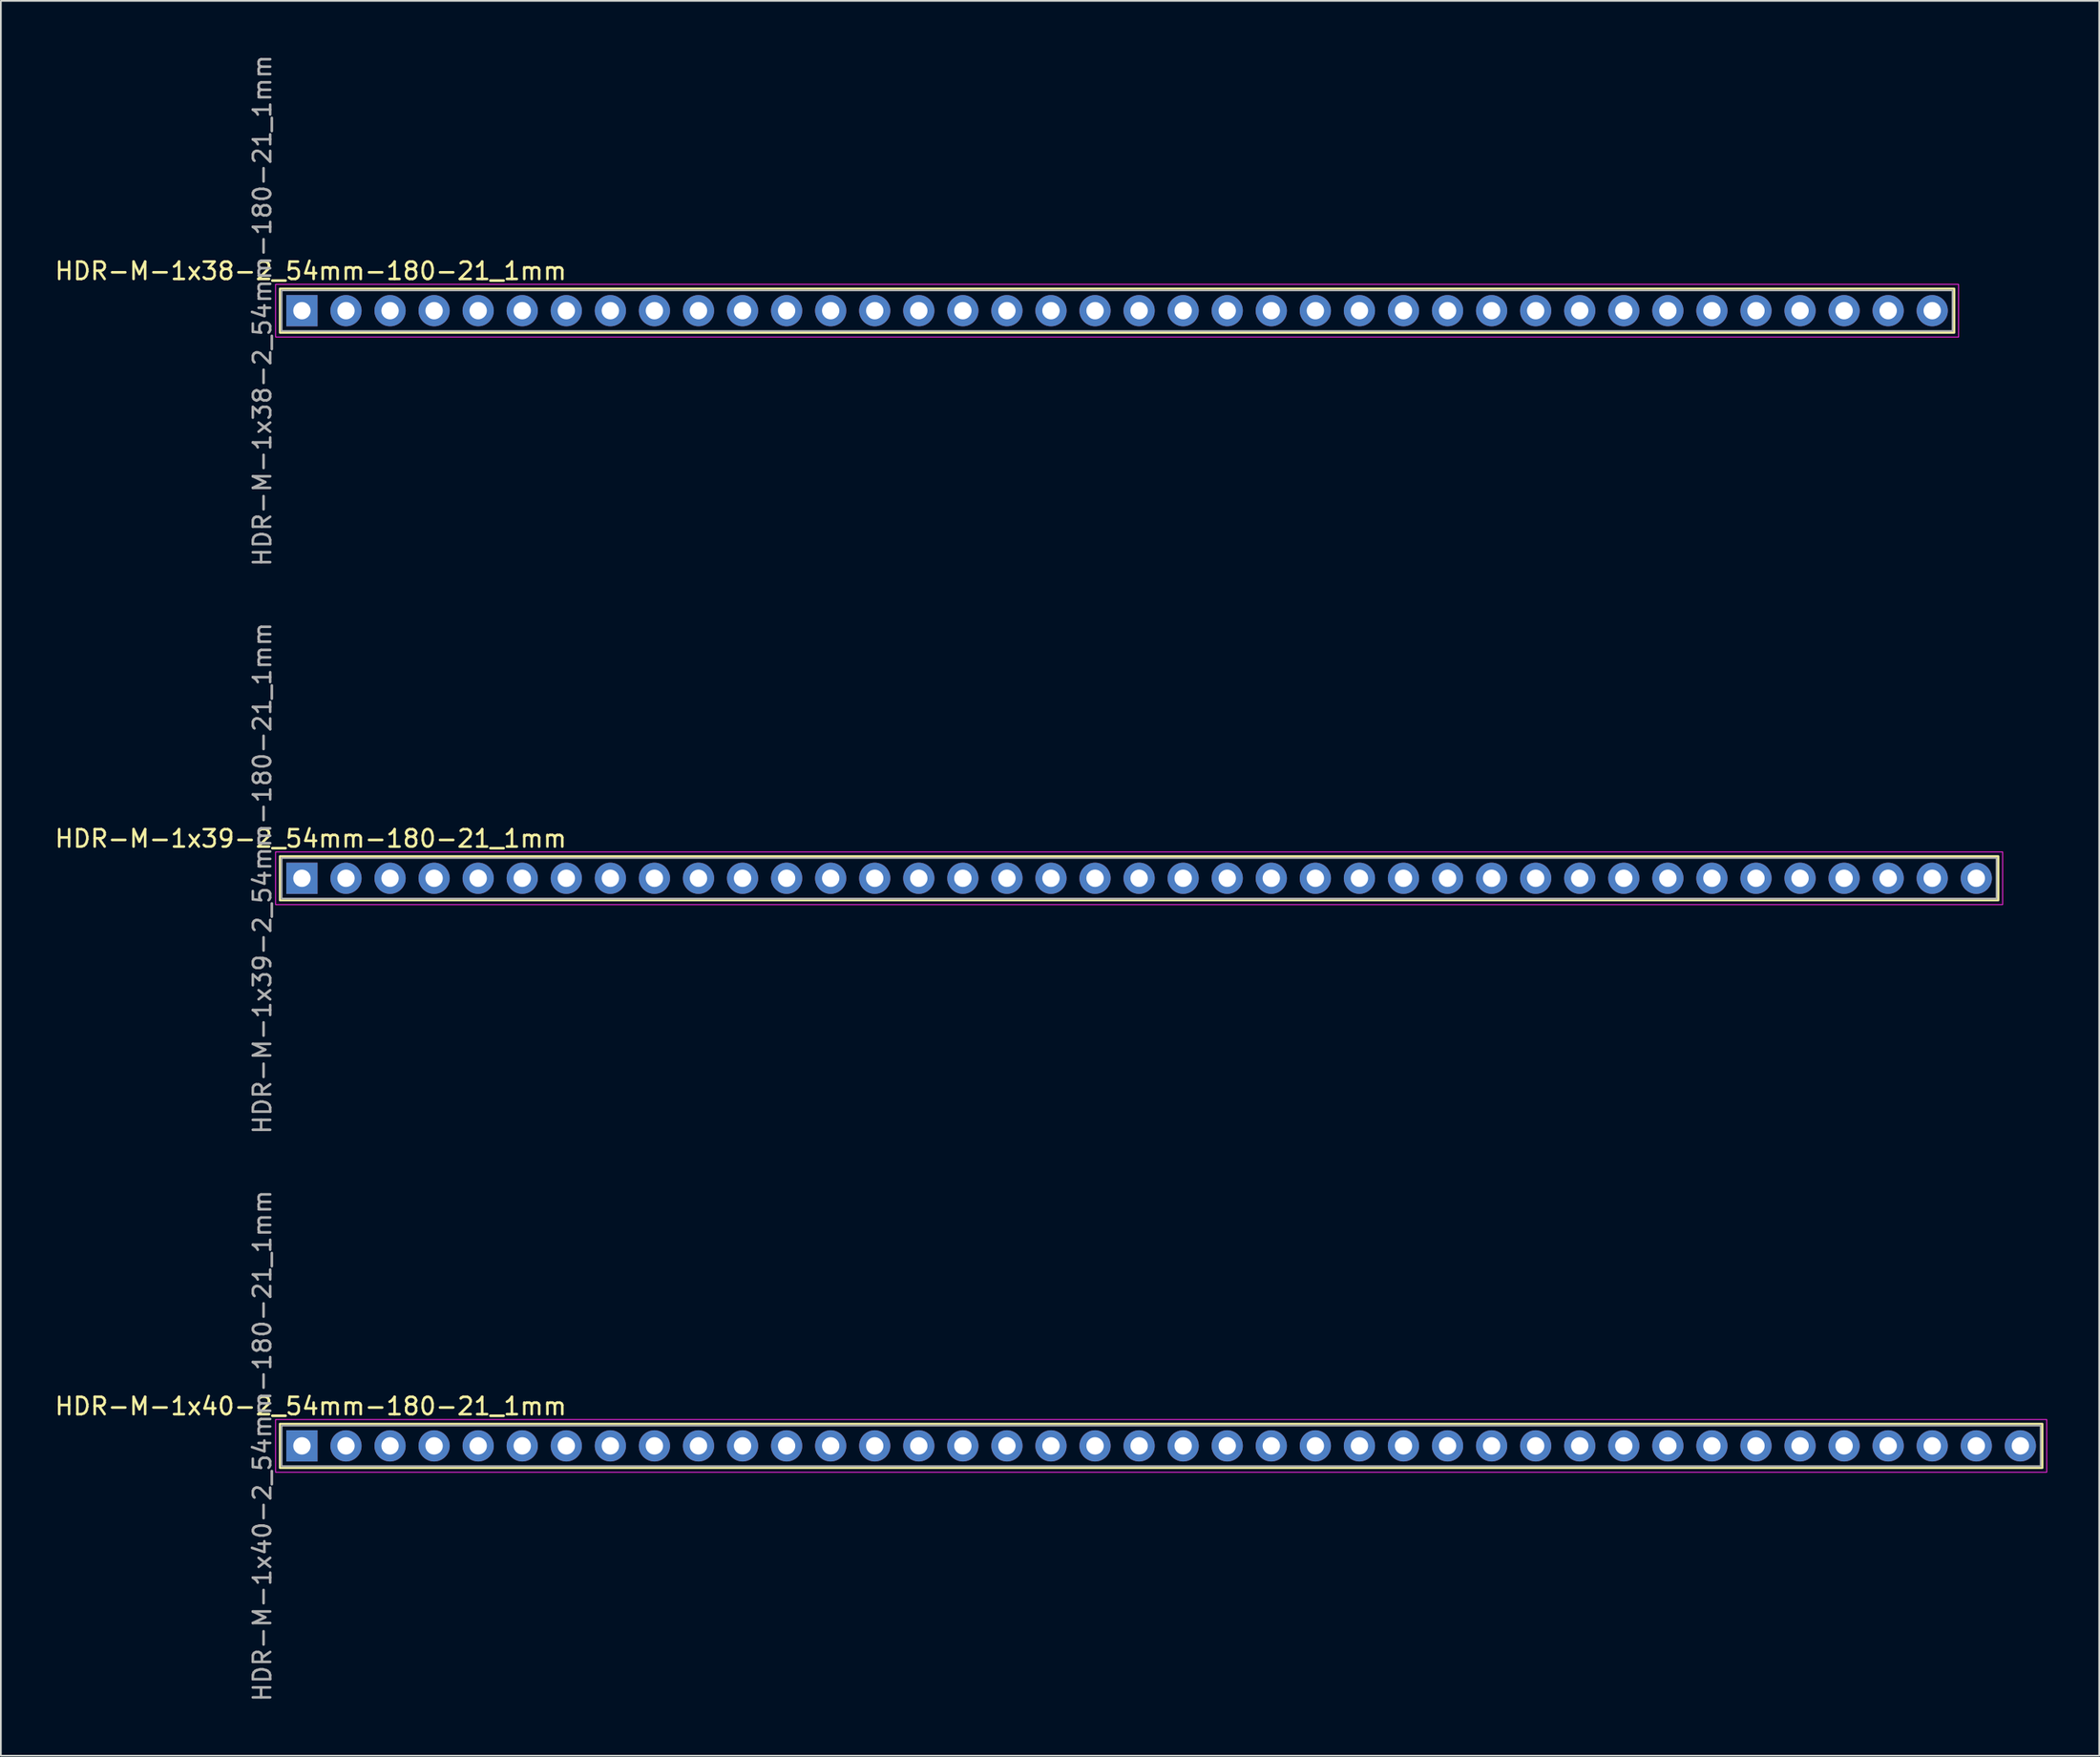
<source format=kicad_pcb>
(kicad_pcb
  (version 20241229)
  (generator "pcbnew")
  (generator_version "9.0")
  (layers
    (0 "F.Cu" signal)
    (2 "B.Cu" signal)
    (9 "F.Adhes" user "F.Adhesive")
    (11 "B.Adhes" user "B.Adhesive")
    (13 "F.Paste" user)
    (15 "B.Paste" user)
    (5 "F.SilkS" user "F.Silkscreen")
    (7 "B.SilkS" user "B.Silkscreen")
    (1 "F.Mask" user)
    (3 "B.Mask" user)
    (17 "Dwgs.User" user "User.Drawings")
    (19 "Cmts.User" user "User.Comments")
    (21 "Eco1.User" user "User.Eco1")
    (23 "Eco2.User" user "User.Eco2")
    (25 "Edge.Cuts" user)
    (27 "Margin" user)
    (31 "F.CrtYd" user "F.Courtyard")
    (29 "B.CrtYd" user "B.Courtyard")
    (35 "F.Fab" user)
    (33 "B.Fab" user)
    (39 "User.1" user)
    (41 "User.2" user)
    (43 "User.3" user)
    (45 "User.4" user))
  (footprint "HDR-M-1x38-2_54mm-180-21_1mm"
    (layer "F.Cu")
    (at 14.355 14.863)
    (property "Reference" "HDR-M-1x38-2_54mm-180-21_1mm" (at 0.508 -2.286 0) (unlocked yes) (layer "F.SilkS") (effects (font (size 1 1) (thickness 0.15))))
    (attr through_hole)
    (fp_rect (start -1.27 -1.27) (end 95.25 1.27) (stroke (width 0.12) (type solid)) (fill no) (layer "F.SilkS"))
    (fp_rect (start -1.52 -1.52) (end 95.5 1.52) (stroke (width 0.05) (type solid)) (fill no) (layer "F.CrtYd"))
    (fp_rect (start -1.17 -1.17) (end 95.15 1.17) (stroke (width 0.1) (type solid)) (fill no) (layer "F.Fab"))
    (fp_text user "${REFERENCE}" (at -2.286 0 90) (unlocked yes) (layer "F.Fab") (effects (font (size 1 1) (thickness 0.15))))
    (pad "1" thru_hole rect (at 0 0) (size 1.8 1.8) (drill 1) (layers "*.Cu" "*.Mask"))
    (pad "2" thru_hole circle (at 2.54 0) (size 1.8 1.8) (drill 1) (layers "*.Cu" "*.Mask"))
    (pad "3" thru_hole circle (at 5.08 0) (size 1.8 1.8) (drill 1) (layers "*.Cu" "*.Mask"))
    (pad "4" thru_hole circle (at 7.62 0) (size 1.8 1.8) (drill 1) (layers "*.Cu" "*.Mask"))
    (pad "5" thru_hole circle (at 10.16 0) (size 1.8 1.8) (drill 1) (layers "*.Cu" "*.Mask"))
    (pad "6" thru_hole circle (at 12.7 0) (size 1.8 1.8) (drill 1) (layers "*.Cu" "*.Mask"))
    (pad "7" thru_hole circle (at 15.24 0) (size 1.8 1.8) (drill 1) (layers "*.Cu" "*.Mask"))
    (pad "8" thru_hole circle (at 17.78 0) (size 1.8 1.8) (drill 1) (layers "*.Cu" "*.Mask"))
    (pad "9" thru_hole circle (at 20.32 0) (size 1.8 1.8) (drill 1) (layers "*.Cu" "*.Mask"))
    (pad "10" thru_hole circle (at 22.86 0) (size 1.8 1.8) (drill 1) (layers "*.Cu" "*.Mask"))
    (pad "11" thru_hole circle (at 25.4 0) (size 1.8 1.8) (drill 1) (layers "*.Cu" "*.Mask"))
    (pad "12" thru_hole circle (at 27.94 0) (size 1.8 1.8) (drill 1) (layers "*.Cu" "*.Mask"))
    (pad "13" thru_hole circle (at 30.48 0) (size 1.8 1.8) (drill 1) (layers "*.Cu" "*.Mask"))
    (pad "14" thru_hole circle (at 33.02 0) (size 1.8 1.8) (drill 1) (layers "*.Cu" "*.Mask"))
    (pad "15" thru_hole circle (at 35.56 0) (size 1.8 1.8) (drill 1) (layers "*.Cu" "*.Mask"))
    (pad "16" thru_hole circle (at 38.1 0) (size 1.8 1.8) (drill 1) (layers "*.Cu" "*.Mask"))
    (pad "17" thru_hole circle (at 40.64 0) (size 1.8 1.8) (drill 1) (layers "*.Cu" "*.Mask"))
    (pad "18" thru_hole circle (at 43.18 0) (size 1.8 1.8) (drill 1) (layers "*.Cu" "*.Mask"))
    (pad "19" thru_hole circle (at 45.72 0) (size 1.8 1.8) (drill 1) (layers "*.Cu" "*.Mask"))
    (pad "20" thru_hole circle (at 48.26 0) (size 1.8 1.8) (drill 1) (layers "*.Cu" "*.Mask"))
    (pad "21" thru_hole circle (at 50.8 0) (size 1.8 1.8) (drill 1) (layers "*.Cu" "*.Mask"))
    (pad "22" thru_hole circle (at 53.34 0) (size 1.8 1.8) (drill 1) (layers "*.Cu" "*.Mask"))
    (pad "23" thru_hole circle (at 55.88 0) (size 1.8 1.8) (drill 1) (layers "*.Cu" "*.Mask"))
    (pad "24" thru_hole circle (at 58.42 0) (size 1.8 1.8) (drill 1) (layers "*.Cu" "*.Mask"))
    (pad "25" thru_hole circle (at 60.96 0) (size 1.8 1.8) (drill 1) (layers "*.Cu" "*.Mask"))
    (pad "26" thru_hole circle (at 63.5 0) (size 1.8 1.8) (drill 1) (layers "*.Cu" "*.Mask"))
    (pad "27" thru_hole circle (at 66.04 0) (size 1.8 1.8) (drill 1) (layers "*.Cu" "*.Mask"))
    (pad "28" thru_hole circle (at 68.58 0) (size 1.8 1.8) (drill 1) (layers "*.Cu" "*.Mask"))
    (pad "29" thru_hole circle (at 71.12 0) (size 1.8 1.8) (drill 1) (layers "*.Cu" "*.Mask"))
    (pad "30" thru_hole circle (at 73.66 0) (size 1.8 1.8) (drill 1) (layers "*.Cu" "*.Mask"))
    (pad "31" thru_hole circle (at 76.2 0) (size 1.8 1.8) (drill 1) (layers "*.Cu" "*.Mask"))
    (pad "32" thru_hole circle (at 78.74 0) (size 1.8 1.8) (drill 1) (layers "*.Cu" "*.Mask"))
    (pad "33" thru_hole circle (at 81.28 0) (size 1.8 1.8) (drill 1) (layers "*.Cu" "*.Mask"))
    (pad "34" thru_hole circle (at 83.82 0) (size 1.8 1.8) (drill 1) (layers "*.Cu" "*.Mask"))
    (pad "35" thru_hole circle (at 86.36 0) (size 1.8 1.8) (drill 1) (layers "*.Cu" "*.Mask"))
    (pad "36" thru_hole circle (at 88.9 0) (size 1.8 1.8) (drill 1) (layers "*.Cu" "*.Mask"))
    (pad "37" thru_hole circle (at 91.44 0) (size 1.8 1.8) (drill 1) (layers "*.Cu" "*.Mask"))
    (pad "38" thru_hole circle (at 93.98 0) (size 1.8 1.8) (drill 1) (layers "*.Cu" "*.Mask")))
  (footprint "HDR-M-1x40-2_54mm-180-21_1mm"
    (layer "F.Cu")
    (at 14.355 80.315)
    (property "Reference" "HDR-M-1x40-2_54mm-180-21_1mm" (at 0.508 -2.286 0) (unlocked yes) (layer "F.SilkS") (effects (font (size 1 1) (thickness 0.15))))
    (attr through_hole)
    (fp_rect (start -1.27 -1.27) (end 100.33 1.27) (stroke (width 0.12) (type solid)) (fill no) (layer "F.SilkS"))
    (fp_rect (start -1.52 -1.52) (end 100.58 1.52) (stroke (width 0.05) (type solid)) (fill no) (layer "F.CrtYd"))
    (fp_rect (start -1.17 -1.17) (end 100.23 1.17) (stroke (width 0.1) (type solid)) (fill no) (layer "F.Fab"))
    (fp_text user "${REFERENCE}" (at -2.286 0 90) (unlocked yes) (layer "F.Fab") (effects (font (size 1 1) (thickness 0.15))))
    (pad "1" thru_hole rect (at 0 0) (size 1.8 1.8) (drill 1) (layers "*.Cu" "*.Mask"))
    (pad "2" thru_hole circle (at 2.54 0) (size 1.8 1.8) (drill 1) (layers "*.Cu" "*.Mask"))
    (pad "3" thru_hole circle (at 5.08 0) (size 1.8 1.8) (drill 1) (layers "*.Cu" "*.Mask"))
    (pad "4" thru_hole circle (at 7.62 0) (size 1.8 1.8) (drill 1) (layers "*.Cu" "*.Mask"))
    (pad "5" thru_hole circle (at 10.16 0) (size 1.8 1.8) (drill 1) (layers "*.Cu" "*.Mask"))
    (pad "6" thru_hole circle (at 12.7 0) (size 1.8 1.8) (drill 1) (layers "*.Cu" "*.Mask"))
    (pad "7" thru_hole circle (at 15.24 0) (size 1.8 1.8) (drill 1) (layers "*.Cu" "*.Mask"))
    (pad "8" thru_hole circle (at 17.78 0) (size 1.8 1.8) (drill 1) (layers "*.Cu" "*.Mask"))
    (pad "9" thru_hole circle (at 20.32 0) (size 1.8 1.8) (drill 1) (layers "*.Cu" "*.Mask"))
    (pad "10" thru_hole circle (at 22.86 0) (size 1.8 1.8) (drill 1) (layers "*.Cu" "*.Mask"))
    (pad "11" thru_hole circle (at 25.4 0) (size 1.8 1.8) (drill 1) (layers "*.Cu" "*.Mask"))
    (pad "12" thru_hole circle (at 27.94 0) (size 1.8 1.8) (drill 1) (layers "*.Cu" "*.Mask"))
    (pad "13" thru_hole circle (at 30.48 0) (size 1.8 1.8) (drill 1) (layers "*.Cu" "*.Mask"))
    (pad "14" thru_hole circle (at 33.02 0) (size 1.8 1.8) (drill 1) (layers "*.Cu" "*.Mask"))
    (pad "15" thru_hole circle (at 35.56 0) (size 1.8 1.8) (drill 1) (layers "*.Cu" "*.Mask"))
    (pad "16" thru_hole circle (at 38.1 0) (size 1.8 1.8) (drill 1) (layers "*.Cu" "*.Mask"))
    (pad "17" thru_hole circle (at 40.64 0) (size 1.8 1.8) (drill 1) (layers "*.Cu" "*.Mask"))
    (pad "18" thru_hole circle (at 43.18 0) (size 1.8 1.8) (drill 1) (layers "*.Cu" "*.Mask"))
    (pad "19" thru_hole circle (at 45.72 0) (size 1.8 1.8) (drill 1) (layers "*.Cu" "*.Mask"))
    (pad "20" thru_hole circle (at 48.26 0) (size 1.8 1.8) (drill 1) (layers "*.Cu" "*.Mask"))
    (pad "21" thru_hole circle (at 50.8 0) (size 1.8 1.8) (drill 1) (layers "*.Cu" "*.Mask"))
    (pad "22" thru_hole circle (at 53.34 0) (size 1.8 1.8) (drill 1) (layers "*.Cu" "*.Mask"))
    (pad "23" thru_hole circle (at 55.88 0) (size 1.8 1.8) (drill 1) (layers "*.Cu" "*.Mask"))
    (pad "24" thru_hole circle (at 58.42 0) (size 1.8 1.8) (drill 1) (layers "*.Cu" "*.Mask"))
    (pad "25" thru_hole circle (at 60.96 0) (size 1.8 1.8) (drill 1) (layers "*.Cu" "*.Mask"))
    (pad "26" thru_hole circle (at 63.5 0) (size 1.8 1.8) (drill 1) (layers "*.Cu" "*.Mask"))
    (pad "27" thru_hole circle (at 66.04 0) (size 1.8 1.8) (drill 1) (layers "*.Cu" "*.Mask"))
    (pad "28" thru_hole circle (at 68.58 0) (size 1.8 1.8) (drill 1) (layers "*.Cu" "*.Mask"))
    (pad "29" thru_hole circle (at 71.12 0) (size 1.8 1.8) (drill 1) (layers "*.Cu" "*.Mask"))
    (pad "30" thru_hole circle (at 73.66 0) (size 1.8 1.8) (drill 1) (layers "*.Cu" "*.Mask"))
    (pad "31" thru_hole circle (at 76.2 0) (size 1.8 1.8) (drill 1) (layers "*.Cu" "*.Mask"))
    (pad "32" thru_hole circle (at 78.74 0) (size 1.8 1.8) (drill 1) (layers "*.Cu" "*.Mask"))
    (pad "33" thru_hole circle (at 81.28 0) (size 1.8 1.8) (drill 1) (layers "*.Cu" "*.Mask"))
    (pad "34" thru_hole circle (at 83.82 0) (size 1.8 1.8) (drill 1) (layers "*.Cu" "*.Mask"))
    (pad "35" thru_hole circle (at 86.36 0) (size 1.8 1.8) (drill 1) (layers "*.Cu" "*.Mask"))
    (pad "36" thru_hole circle (at 88.9 0) (size 1.8 1.8) (drill 1) (layers "*.Cu" "*.Mask"))
    (pad "37" thru_hole circle (at 91.44 0) (size 1.8 1.8) (drill 1) (layers "*.Cu" "*.Mask"))
    (pad "38" thru_hole circle (at 93.98 0) (size 1.8 1.8) (drill 1) (layers "*.Cu" "*.Mask"))
    (pad "39" thru_hole circle (at 96.52 0) (size 1.8 1.8) (drill 1) (layers "*.Cu" "*.Mask"))
    (pad "40" thru_hole circle (at 99.06 0) (size 1.8 1.8) (drill 1) (layers "*.Cu" "*.Mask")))
  (footprint "HDR-M-1x39-2_54mm-180-21_1mm"
    (layer "F.Cu")
    (at 14.355 47.589)
    (property "Reference" "HDR-M-1x39-2_54mm-180-21_1mm" (at 0.508 -2.286 0) (unlocked yes) (layer "F.SilkS") (effects (font (size 1 1) (thickness 0.15))))
    (attr through_hole)
    (fp_rect (start -1.27 -1.27) (end 97.79 1.27) (stroke (width 0.12) (type solid)) (fill no) (layer "F.SilkS"))
    (fp_rect (start -1.52 -1.52) (end 98.04 1.52) (stroke (width 0.05) (type solid)) (fill no) (layer "F.CrtYd"))
    (fp_rect (start -1.17 -1.17) (end 97.69 1.17) (stroke (width 0.1) (type solid)) (fill no) (layer "F.Fab"))
    (fp_text user "${REFERENCE}" (at -2.286 0 90) (unlocked yes) (layer "F.Fab") (effects (font (size 1 1) (thickness 0.15))))
    (pad "1" thru_hole rect (at 0 0) (size 1.8 1.8) (drill 1) (layers "*.Cu" "*.Mask"))
    (pad "2" thru_hole circle (at 2.54 0) (size 1.8 1.8) (drill 1) (layers "*.Cu" "*.Mask"))
    (pad "3" thru_hole circle (at 5.08 0) (size 1.8 1.8) (drill 1) (layers "*.Cu" "*.Mask"))
    (pad "4" thru_hole circle (at 7.62 0) (size 1.8 1.8) (drill 1) (layers "*.Cu" "*.Mask"))
    (pad "5" thru_hole circle (at 10.16 0) (size 1.8 1.8) (drill 1) (layers "*.Cu" "*.Mask"))
    (pad "6" thru_hole circle (at 12.7 0) (size 1.8 1.8) (drill 1) (layers "*.Cu" "*.Mask"))
    (pad "7" thru_hole circle (at 15.24 0) (size 1.8 1.8) (drill 1) (layers "*.Cu" "*.Mask"))
    (pad "8" thru_hole circle (at 17.78 0) (size 1.8 1.8) (drill 1) (layers "*.Cu" "*.Mask"))
    (pad "9" thru_hole circle (at 20.32 0) (size 1.8 1.8) (drill 1) (layers "*.Cu" "*.Mask"))
    (pad "10" thru_hole circle (at 22.86 0) (size 1.8 1.8) (drill 1) (layers "*.Cu" "*.Mask"))
    (pad "11" thru_hole circle (at 25.4 0) (size 1.8 1.8) (drill 1) (layers "*.Cu" "*.Mask"))
    (pad "12" thru_hole circle (at 27.94 0) (size 1.8 1.8) (drill 1) (layers "*.Cu" "*.Mask"))
    (pad "13" thru_hole circle (at 30.48 0) (size 1.8 1.8) (drill 1) (layers "*.Cu" "*.Mask"))
    (pad "14" thru_hole circle (at 33.02 0) (size 1.8 1.8) (drill 1) (layers "*.Cu" "*.Mask"))
    (pad "15" thru_hole circle (at 35.56 0) (size 1.8 1.8) (drill 1) (layers "*.Cu" "*.Mask"))
    (pad "16" thru_hole circle (at 38.1 0) (size 1.8 1.8) (drill 1) (layers "*.Cu" "*.Mask"))
    (pad "17" thru_hole circle (at 40.64 0) (size 1.8 1.8) (drill 1) (layers "*.Cu" "*.Mask"))
    (pad "18" thru_hole circle (at 43.18 0) (size 1.8 1.8) (drill 1) (layers "*.Cu" "*.Mask"))
    (pad "19" thru_hole circle (at 45.72 0) (size 1.8 1.8) (drill 1) (layers "*.Cu" "*.Mask"))
    (pad "20" thru_hole circle (at 48.26 0) (size 1.8 1.8) (drill 1) (layers "*.Cu" "*.Mask"))
    (pad "21" thru_hole circle (at 50.8 0) (size 1.8 1.8) (drill 1) (layers "*.Cu" "*.Mask"))
    (pad "22" thru_hole circle (at 53.34 0) (size 1.8 1.8) (drill 1) (layers "*.Cu" "*.Mask"))
    (pad "23" thru_hole circle (at 55.88 0) (size 1.8 1.8) (drill 1) (layers "*.Cu" "*.Mask"))
    (pad "24" thru_hole circle (at 58.42 0) (size 1.8 1.8) (drill 1) (layers "*.Cu" "*.Mask"))
    (pad "25" thru_hole circle (at 60.96 0) (size 1.8 1.8) (drill 1) (layers "*.Cu" "*.Mask"))
    (pad "26" thru_hole circle (at 63.5 0) (size 1.8 1.8) (drill 1) (layers "*.Cu" "*.Mask"))
    (pad "27" thru_hole circle (at 66.04 0) (size 1.8 1.8) (drill 1) (layers "*.Cu" "*.Mask"))
    (pad "28" thru_hole circle (at 68.58 0) (size 1.8 1.8) (drill 1) (layers "*.Cu" "*.Mask"))
    (pad "29" thru_hole circle (at 71.12 0) (size 1.8 1.8) (drill 1) (layers "*.Cu" "*.Mask"))
    (pad "30" thru_hole circle (at 73.66 0) (size 1.8 1.8) (drill 1) (layers "*.Cu" "*.Mask"))
    (pad "31" thru_hole circle (at 76.2 0) (size 1.8 1.8) (drill 1) (layers "*.Cu" "*.Mask"))
    (pad "32" thru_hole circle (at 78.74 0) (size 1.8 1.8) (drill 1) (layers "*.Cu" "*.Mask"))
    (pad "33" thru_hole circle (at 81.28 0) (size 1.8 1.8) (drill 1) (layers "*.Cu" "*.Mask"))
    (pad "34" thru_hole circle (at 83.82 0) (size 1.8 1.8) (drill 1) (layers "*.Cu" "*.Mask"))
    (pad "35" thru_hole circle (at 86.36 0) (size 1.8 1.8) (drill 1) (layers "*.Cu" "*.Mask"))
    (pad "36" thru_hole circle (at 88.9 0) (size 1.8 1.8) (drill 1) (layers "*.Cu" "*.Mask"))
    (pad "37" thru_hole circle (at 91.44 0) (size 1.8 1.8) (drill 1) (layers "*.Cu" "*.Mask"))
    (pad "38" thru_hole circle (at 93.98 0) (size 1.8 1.8) (drill 1) (layers "*.Cu" "*.Mask"))
    (pad "39" thru_hole circle (at 96.52 0) (size 1.8 1.8) (drill 1) (layers "*.Cu" "*.Mask")))
  (gr_rect
    (start -3 -3)
    (end 117.96 98.179)
    (stroke (width 0.1) (type default))
    (fill no)
    (layer "Edge.Cuts")))
</source>
